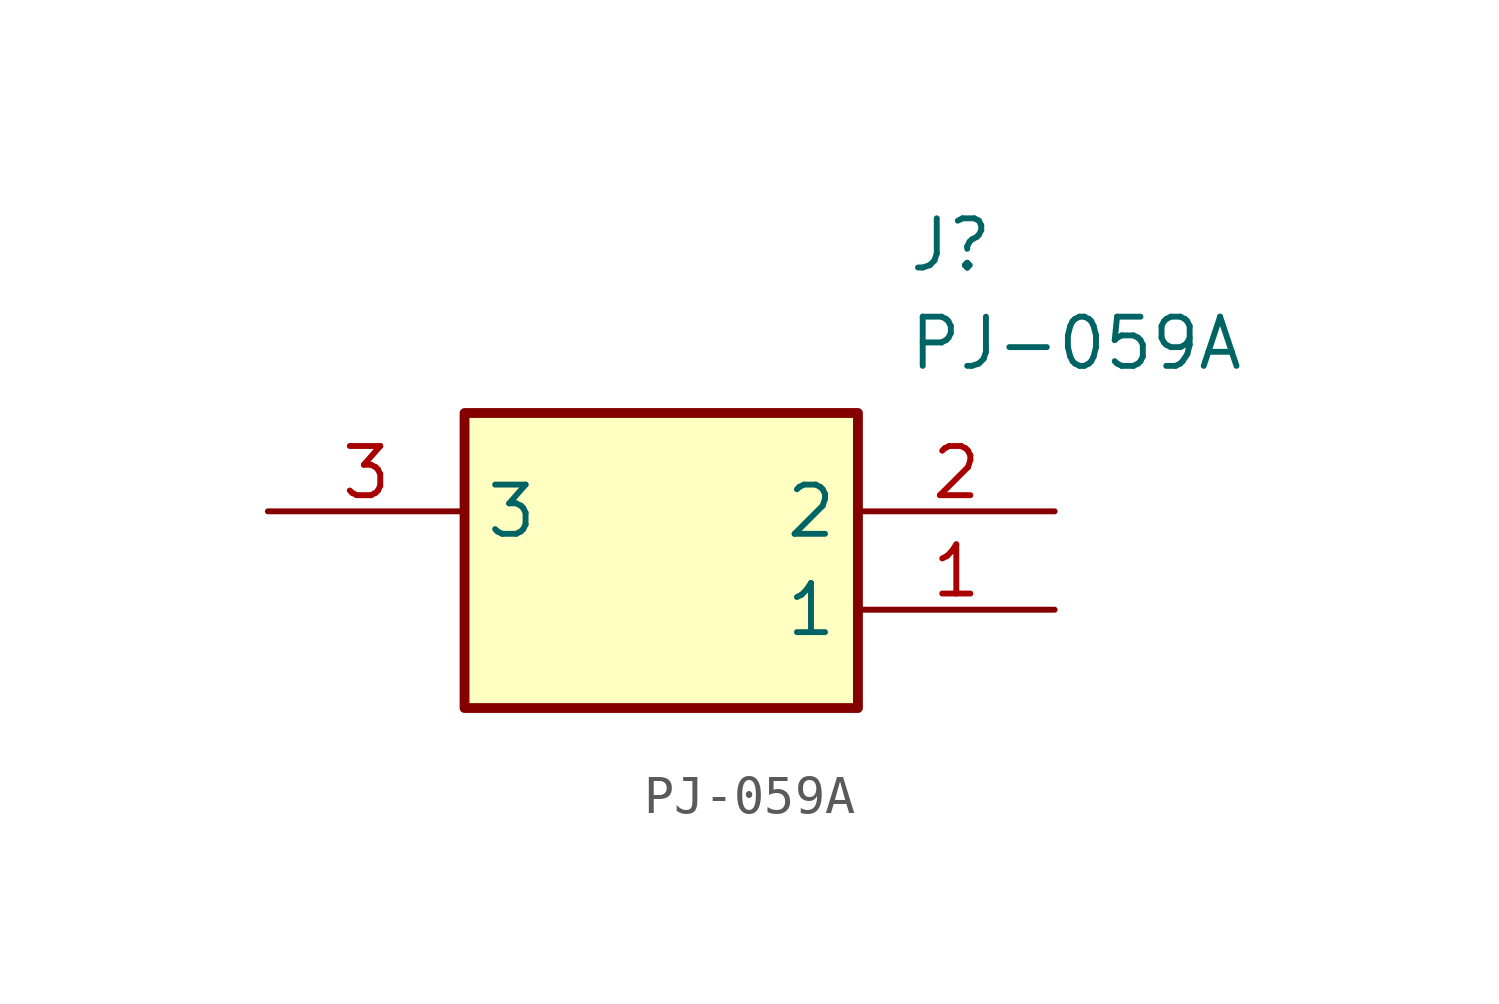
<source format=kicad_sym>
(kicad_symbol_lib
  (version 20211014)
  (generator SamacSys_ECAD_Model)
  (symbol "PJ-059A"
    (property "Reference" "J"
      (at 16.51 7.62 0)
      (effects (font (size 1.27 1.27)) (justify left top)))
    (property "Value" "PJ-059A"
      (at 16.51 5.08 0)
      (effects (font (size 1.27 1.27)) (justify left top)))
    (rectangle
      (start 5.08 2.54)
      (end 15.24 -5.08)
      (stroke (width 0.254) (type default))
      (fill (type background)))
    (pin passive line
      (at 20.32 -2.54 180)
      (length 5.08)
      (name "1" (effects (font (size 1.27 1.27))))
      (number "1" (effects (font (size 1.27 1.27)))))
    (pin passive line
      (at 20.32 0 180)
      (length 5.08)
      (name "2" (effects (font (size 1.27 1.27))))
      (number "2" (effects (font (size 1.27 1.27)))))
    (pin passive line
      (at 0 0 0)
      (length 5.08)
      (name "3" (effects (font (size 1.27 1.27))))
      (number "3" (effects (font (size 1.27 1.27)))))))
</source>
